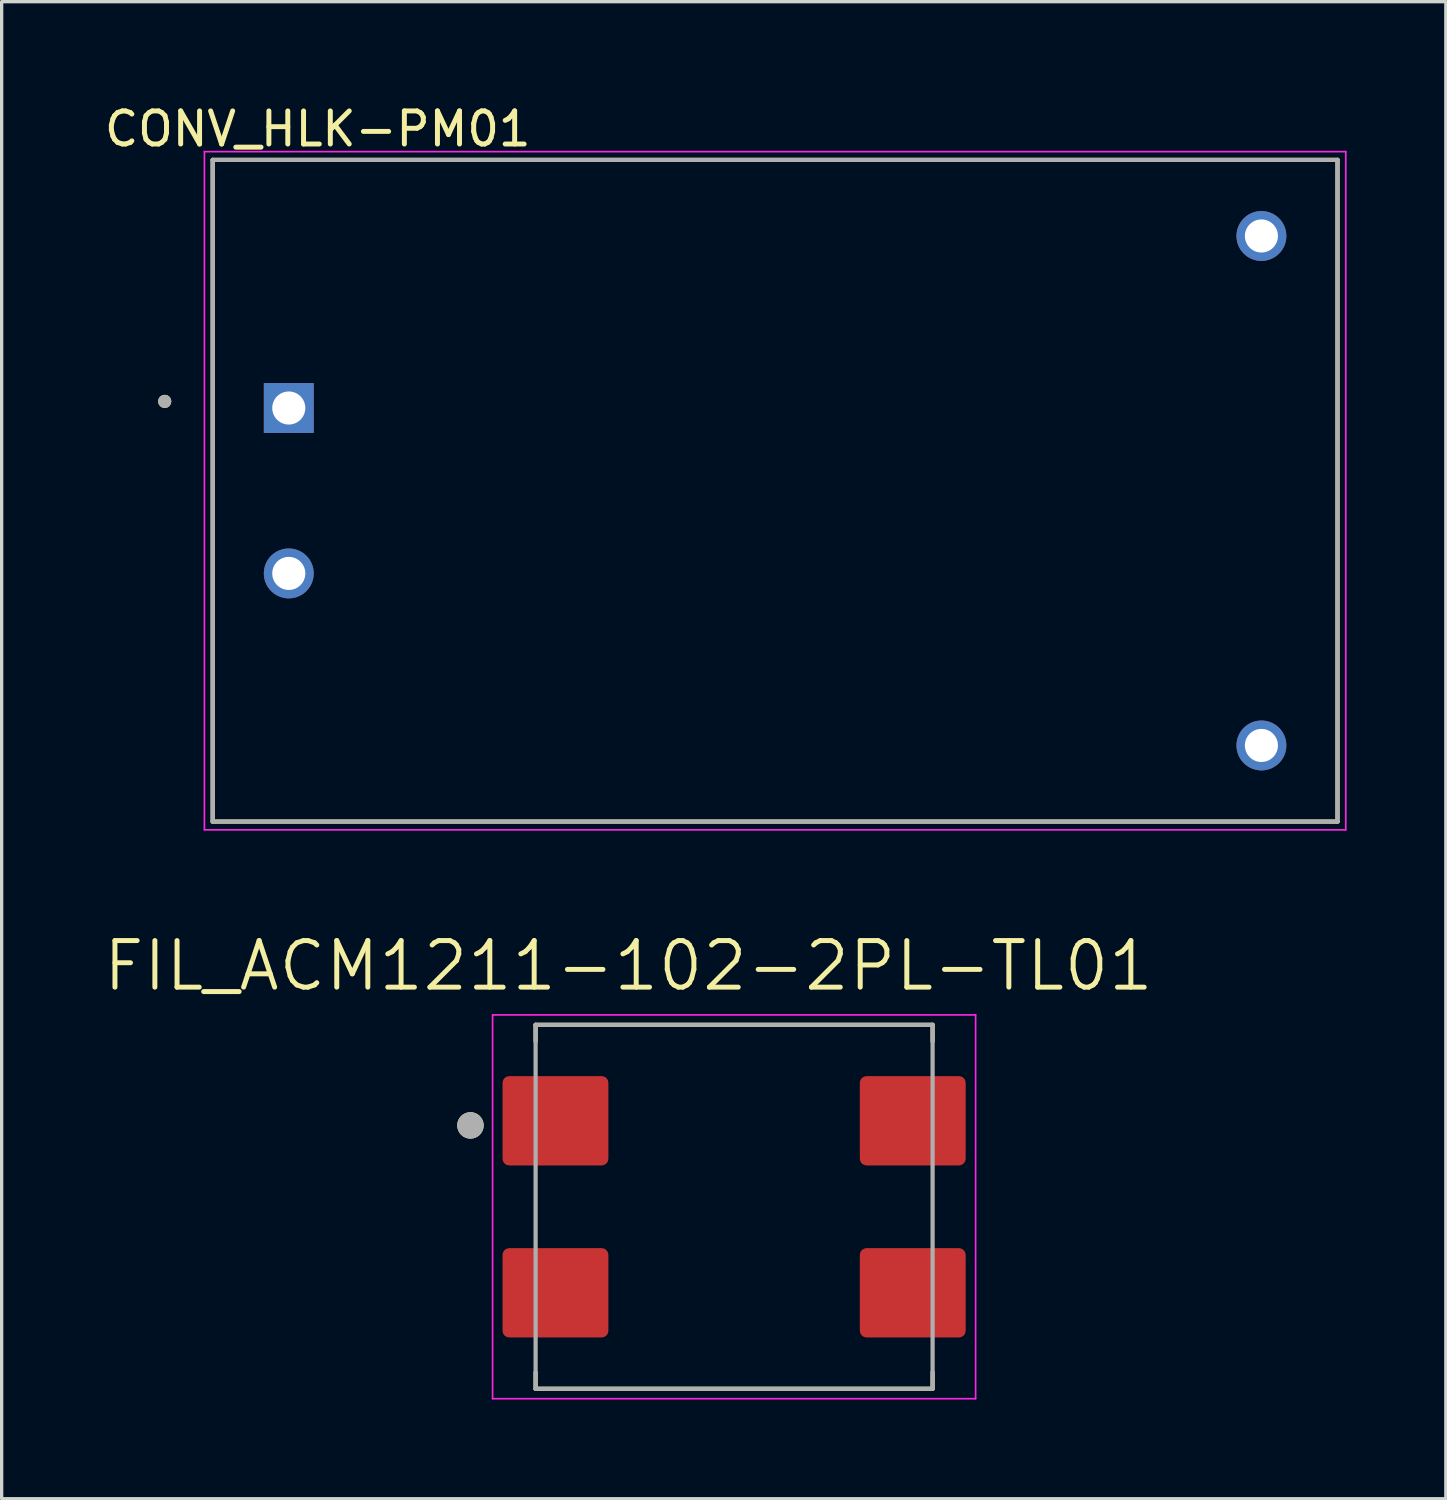
<source format=kicad_pcb>
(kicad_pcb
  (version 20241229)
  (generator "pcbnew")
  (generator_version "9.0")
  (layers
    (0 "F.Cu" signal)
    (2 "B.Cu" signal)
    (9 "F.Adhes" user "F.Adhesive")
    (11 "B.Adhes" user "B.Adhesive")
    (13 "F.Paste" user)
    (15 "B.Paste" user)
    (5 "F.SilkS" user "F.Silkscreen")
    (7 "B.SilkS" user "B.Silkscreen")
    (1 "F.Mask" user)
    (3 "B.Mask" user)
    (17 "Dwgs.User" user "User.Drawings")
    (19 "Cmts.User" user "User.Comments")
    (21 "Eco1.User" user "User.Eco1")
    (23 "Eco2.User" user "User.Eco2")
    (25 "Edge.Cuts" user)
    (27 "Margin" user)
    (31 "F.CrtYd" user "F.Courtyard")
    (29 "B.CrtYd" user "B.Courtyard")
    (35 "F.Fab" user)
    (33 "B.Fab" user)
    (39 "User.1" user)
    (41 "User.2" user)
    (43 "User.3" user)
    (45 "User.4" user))
  (footprint "FIL_ACM1211-102-2PL-TL01"
    (layer "F.Cu")
    (at 19.14 33.428)
    (property "Reference" "FIL_ACM1211-102-2PL-TL01" (at -3.194 -7.283 0) (layer "F.SilkS") (effects (font (size 1.408 1.408) (thickness 0.15))))
    (attr smd)
    (fp_line (start -6 -5.5) (end 6 -5.5) (stroke (width 0.127) (type solid)) (layer "F.SilkS"))
    (fp_line (start -6 -5) (end -6 -5.5) (stroke (width 0.127) (type solid)) (layer "F.SilkS"))
    (fp_line (start -6 5) (end -6 5.5) (stroke (width 0.127) (type solid)) (layer "F.SilkS"))
    (fp_line (start -6 5.5) (end 6 5.5) (stroke (width 0.127) (type solid)) (layer "F.SilkS"))
    (fp_line (start 6 -5.5) (end 6 -5) (stroke (width 0.127) (type solid)) (layer "F.SilkS"))
    (fp_line (start 6 5.5) (end 6 5) (stroke (width 0.127) (type solid)) (layer "F.SilkS"))
    (fp_circle (center -7.97 -2.46) (end -7.77 -2.46) (stroke (width 0.4) (type solid)) (fill no) (layer "F.SilkS"))
    (fp_line (start -7.3 -5.8) (end 7.3 -5.8) (stroke (width 0.05) (type solid)) (layer "F.CrtYd"))
    (fp_line (start -7.3 5.8) (end -7.3 -5.8) (stroke (width 0.05) (type solid)) (layer "F.CrtYd"))
    (fp_line (start 7.3 -5.8) (end 7.3 5.8) (stroke (width 0.05) (type solid)) (layer "F.CrtYd"))
    (fp_line (start 7.3 5.8) (end -7.3 5.8) (stroke (width 0.05) (type solid)) (layer "F.CrtYd"))
    (fp_line (start -6 -5.5) (end 6 -5.5) (stroke (width 0.127) (type solid)) (layer "F.Fab"))
    (fp_line (start -6 5.5) (end -6 -5.5) (stroke (width 0.127) (type solid)) (layer "F.Fab"))
    (fp_line (start 6 -5.5) (end 6 5.5) (stroke (width 0.127) (type solid)) (layer "F.Fab"))
    (fp_line (start 6 5.5) (end -6 5.5) (stroke (width 0.127) (type solid)) (layer "F.Fab"))
    (fp_circle (center -7.97 -2.46) (end -7.77 -2.46) (stroke (width 0.4) (type solid)) (fill no) (layer "F.Fab"))
    (pad "1" smd roundrect (at -5.4 -2.6) (size 3.2 2.7) (layers "F.Cu" "F.Mask" "F.Paste") (roundrect_rratio 0.075))
    (pad "2" smd roundrect (at -5.4 2.6) (size 3.2 2.7) (layers "F.Cu" "F.Mask" "F.Paste") (roundrect_rratio 0.075))
    (pad "3" smd roundrect (at 5.4 2.6) (size 3.2 2.7) (layers "F.Cu" "F.Mask" "F.Paste") (roundrect_rratio 0.075))
    (pad "4" smd roundrect (at 5.4 -2.6) (size 3.2 2.7) (layers "F.Cu" "F.Mask" "F.Paste") (roundrect_rratio 0.075)))
  (footprint "CONV_HLK-PM01"
    (layer "F.Cu")
    (at 20.379 11.783)
    (property "Reference" "CONV_HLK-PM01" (at -13.825 -10.935 0) (layer "F.SilkS") (effects (font (size 1 1) (thickness 0.15))))
    (attr through_hole)
    (fp_line (start -17 -10) (end -17 10) (stroke (width 0.127) (type solid)) (layer "F.SilkS"))
    (fp_line (start -17 10) (end 17 10) (stroke (width 0.127) (type solid)) (layer "F.SilkS"))
    (fp_line (start 17 -10) (end -17 -10) (stroke (width 0.127) (type solid)) (layer "F.SilkS"))
    (fp_line (start 17 10) (end 17 -10) (stroke (width 0.127) (type solid)) (layer "F.SilkS"))
    (fp_circle (center -18.45 -2.7) (end -18.35 -2.7) (stroke (width 0.2) (type solid)) (fill no) (layer "F.SilkS"))
    (fp_line (start -17.25 -10.25) (end -17.25 10.25) (stroke (width 0.05) (type solid)) (layer "F.CrtYd"))
    (fp_line (start -17.25 10.25) (end 17.25 10.25) (stroke (width 0.05) (type solid)) (layer "F.CrtYd"))
    (fp_line (start 17.25 -10.25) (end -17.25 -10.25) (stroke (width 0.05) (type solid)) (layer "F.CrtYd"))
    (fp_line (start 17.25 10.25) (end 17.25 -10.25) (stroke (width 0.05) (type solid)) (layer "F.CrtYd"))
    (fp_line (start -17 -10) (end -17 10) (stroke (width 0.127) (type solid)) (layer "F.Fab"))
    (fp_line (start -17 10) (end 17 10) (stroke (width 0.127) (type solid)) (layer "F.Fab"))
    (fp_line (start 17 -10) (end -17 -10) (stroke (width 0.127) (type solid)) (layer "F.Fab"))
    (fp_line (start 17 10) (end 17 -10) (stroke (width 0.127) (type solid)) (layer "F.Fab"))
    (fp_circle (center -18.45 -2.7) (end -18.35 -2.7) (stroke (width 0.2) (type solid)) (fill no) (layer "F.Fab"))
    (pad "1" thru_hole rect (at -14.7 -2.5) (size 1.508 1.508) (drill 1) (layers "*.Cu" "*.Mask"))
    (pad "2" thru_hole circle (at -14.7 2.5) (size 1.508 1.508) (drill 1) (layers "*.Cu" "*.Mask"))
    (pad "3" thru_hole circle (at 14.7 -7.7) (size 1.508 1.508) (drill 1) (layers "*.Cu" "*.Mask"))
    (pad "4" thru_hole circle (at 14.7 7.7) (size 1.508 1.508) (drill 1) (layers "*.Cu" "*.Mask")))
  (gr_rect
    (start -3 -3)
    (end 40.654 42.253)
    (stroke (width 0.1) (type default))
    (fill no)
    (layer "Edge.Cuts")))
</source>
